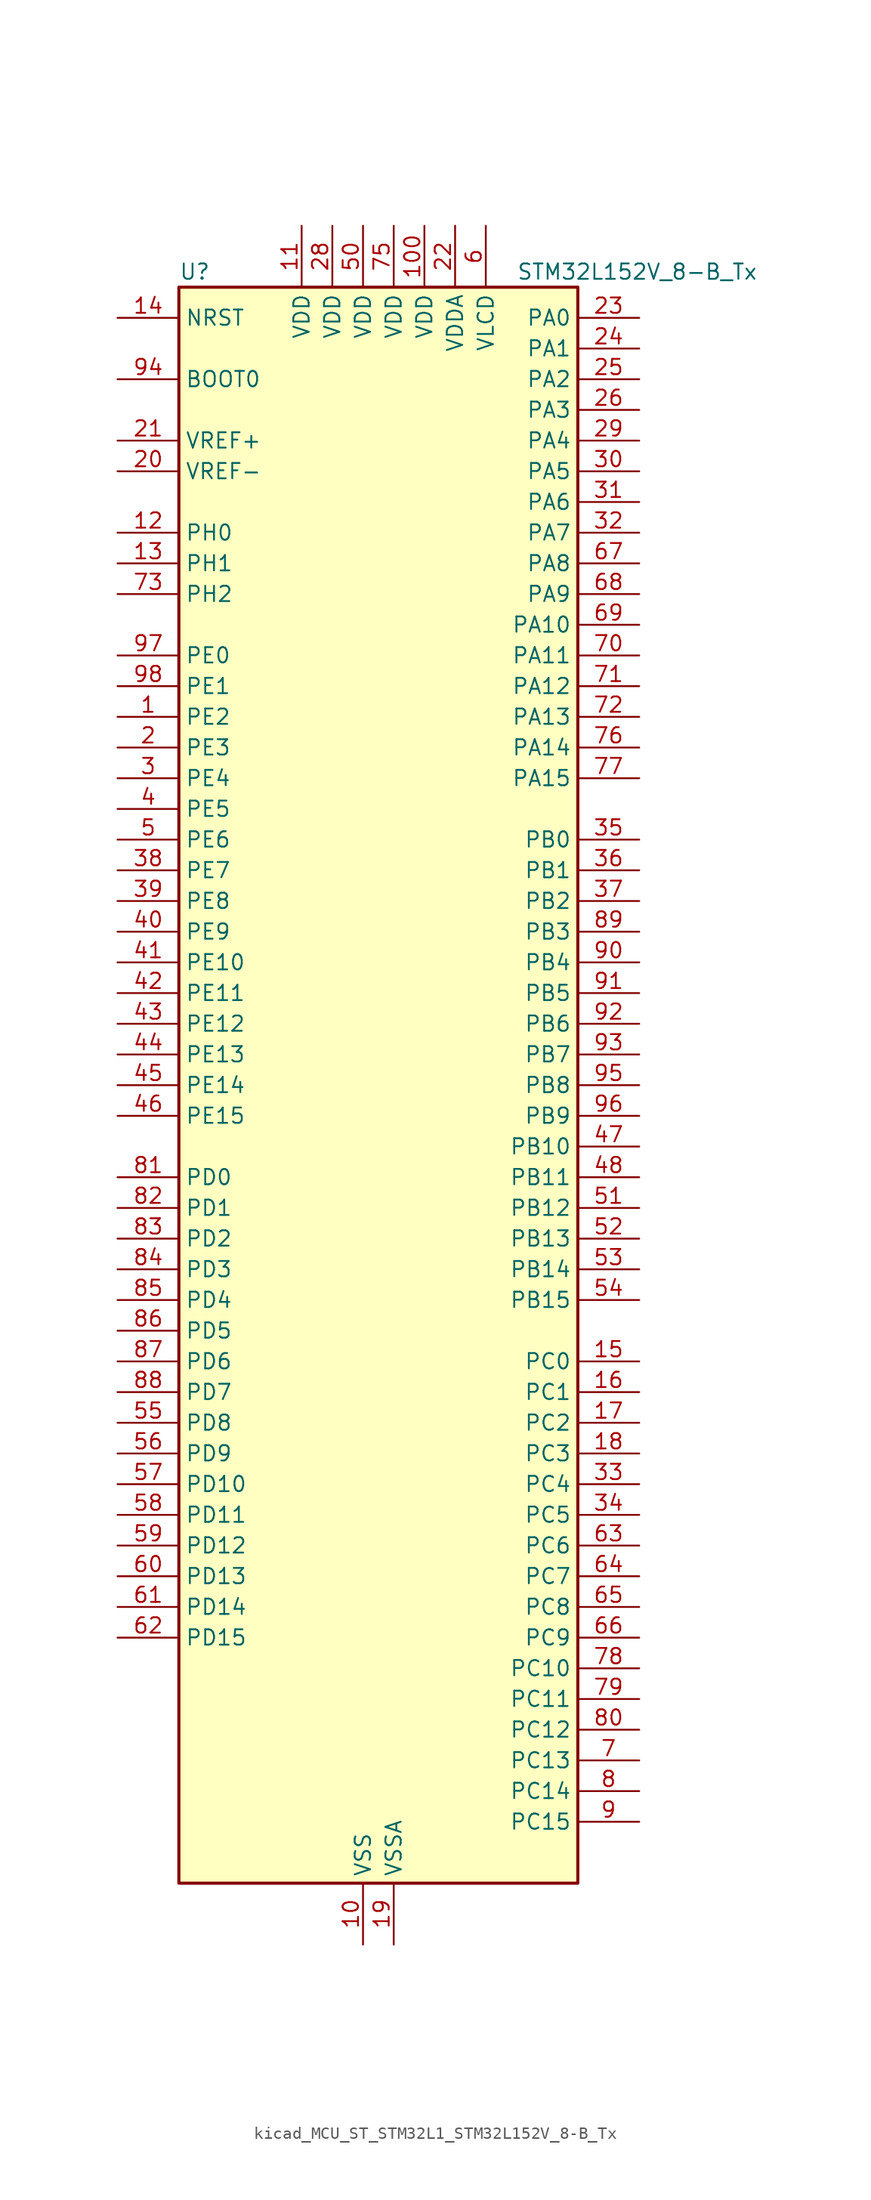
<source format=kicad_sym>
(kicad_symbol_lib
  (version 20220914)
  (generator kicad_symbol_editor)
  (symbol "kicad_MCU_ST_STM32L1_STM32L152V_8-B_Tx"
    (property "Reference" "U"
      (at -15.24 67.31 0)
      (effects (font (size 1.27 1.27)) (justify left)))
    (property "Value" "STM32L152V_8-B_Tx"
      (at 12.7 67.31 0)
      (effects (font (size 1.27 1.27)) (justify left)))
    (property "ki_locked" ""
      (at 0 0 0)
      (effects (font (size 1.27 1.27))))
    (symbol "kicad_MCU_ST_STM32L1_STM32L152V_8-B_Tx_0_1"
      (rectangle (start -15.24 -66.04) (end 17.78 66.04) (stroke (width 0.254) (type default)) (fill (type background))))
    (symbol "kicad_MCU_ST_STM32L1_STM32L152V_8-B_Tx_1_1"
      (pin bidirectional line (at -20.32 30.48 0) (length 5.08) (name "PE2" (effects (font (size 1.27 1.27)))) (number "1" (effects (font (size 1.27 1.27)))) (alternate "LCD_SEG38" bidirectional line) (alternate "SYS_TRACECK" bidirectional line) (alternate "TIM3_ETR" bidirectional line) (alternate "TIMX_IC3" bidirectional line))
      (pin power_in line (at 0 -71.12 90) (length 5.08) (name "VSS" (effects (font (size 1.27 1.27)))) (number "10" (effects (font (size 1.27 1.27)))))
      (pin power_in line (at 5.08 71.12 270) (length 5.08) (name "VDD" (effects (font (size 1.27 1.27)))) (number "100" (effects (font (size 1.27 1.27)))))
      (pin power_in line (at -5.08 71.12 270) (length 5.08) (name "VDD" (effects (font (size 1.27 1.27)))) (number "11" (effects (font (size 1.27 1.27)))))
      (pin bidirectional line (at -20.32 45.72 0) (length 5.08) (name "PH0" (effects (font (size 1.27 1.27)))) (number "12" (effects (font (size 1.27 1.27)))) (alternate "RCC_OSC_IN" bidirectional line))
      (pin bidirectional line (at -20.32 43.18 0) (length 5.08) (name "PH1" (effects (font (size 1.27 1.27)))) (number "13" (effects (font (size 1.27 1.27)))) (alternate "RCC_OSC_OUT" bidirectional line))
      (pin input line (at -20.32 63.5 0) (length 5.08) (name "NRST" (effects (font (size 1.27 1.27)))) (number "14" (effects (font (size 1.27 1.27)))))
      (pin bidirectional line (at 22.86 -22.86 180) (length 5.08) (name "PC0" (effects (font (size 1.27 1.27)))) (number "15" (effects (font (size 1.27 1.27)))) (alternate "ADC_IN10" bidirectional line) (alternate "COMP1_INP" bidirectional line) (alternate "LCD_SEG18" bidirectional line) (alternate "TIMX_IC1" bidirectional line) (alternate "TS_G8_IO1" bidirectional line))
      (pin bidirectional line (at 22.86 -25.4 180) (length 5.08) (name "PC1" (effects (font (size 1.27 1.27)))) (number "16" (effects (font (size 1.27 1.27)))) (alternate "ADC_IN11" bidirectional line) (alternate "COMP1_INP" bidirectional line) (alternate "LCD_SEG19" bidirectional line) (alternate "TIMX_IC2" bidirectional line) (alternate "TS_G8_IO2" bidirectional line))
      (pin bidirectional line (at 22.86 -27.94 180) (length 5.08) (name "PC2" (effects (font (size 1.27 1.27)))) (number "17" (effects (font (size 1.27 1.27)))) (alternate "ADC_IN12" bidirectional line) (alternate "COMP1_INP" bidirectional line) (alternate "LCD_SEG20" bidirectional line) (alternate "TIMX_IC3" bidirectional line) (alternate "TS_G8_IO3" bidirectional line))
      (pin bidirectional line (at 22.86 -30.48 180) (length 5.08) (name "PC3" (effects (font (size 1.27 1.27)))) (number "18" (effects (font (size 1.27 1.27)))) (alternate "ADC_IN13" bidirectional line) (alternate "COMP1_INP" bidirectional line) (alternate "LCD_SEG21" bidirectional line) (alternate "TIMX_IC4" bidirectional line) (alternate "TS_G8_IO4" bidirectional line))
      (pin power_in line (at 2.54 -71.12 90) (length 5.08) (name "VSSA" (effects (font (size 1.27 1.27)))) (number "19" (effects (font (size 1.27 1.27)))))
      (pin bidirectional line (at -20.32 27.94 0) (length 5.08) (name "PE3" (effects (font (size 1.27 1.27)))) (number "2" (effects (font (size 1.27 1.27)))) (alternate "LCD_SEG39" bidirectional line) (alternate "SYS_TRACED0" bidirectional line) (alternate "TIM3_CH1" bidirectional line) (alternate "TIMX_IC4" bidirectional line))
      (pin input line (at -20.32 50.8 0) (length 5.08) (name "VREF-" (effects (font (size 1.27 1.27)))) (number "20" (effects (font (size 1.27 1.27)))))
      (pin input line (at -20.32 53.34 0) (length 5.08) (name "VREF+" (effects (font (size 1.27 1.27)))) (number "21" (effects (font (size 1.27 1.27)))))
      (pin power_in line (at 7.62 71.12 270) (length 5.08) (name "VDDA" (effects (font (size 1.27 1.27)))) (number "22" (effects (font (size 1.27 1.27)))))
      (pin bidirectional line (at 22.86 63.5 180) (length 5.08) (name "PA0" (effects (font (size 1.27 1.27)))) (number "23" (effects (font (size 1.27 1.27)))) (alternate "ADC_IN0" bidirectional line) (alternate "COMP1_INP" bidirectional line) (alternate "SYS_WKUP1" bidirectional line) (alternate "TIM2_CH1" bidirectional line) (alternate "TIM2_ETR" bidirectional line) (alternate "TIMX_IC1" bidirectional line) (alternate "TS_G1_IO1" bidirectional line) (alternate "USART2_CTS" bidirectional line))
      (pin bidirectional line (at 22.86 60.96 180) (length 5.08) (name "PA1" (effects (font (size 1.27 1.27)))) (number "24" (effects (font (size 1.27 1.27)))) (alternate "ADC_IN1" bidirectional line) (alternate "COMP1_INP" bidirectional line) (alternate "LCD_SEG0" bidirectional line) (alternate "TIM2_CH2" bidirectional line) (alternate "TIMX_IC2" bidirectional line) (alternate "TS_G1_IO2" bidirectional line) (alternate "USART2_RTS" bidirectional line))
      (pin bidirectional line (at 22.86 58.42 180) (length 5.08) (name "PA2" (effects (font (size 1.27 1.27)))) (number "25" (effects (font (size 1.27 1.27)))) (alternate "ADC_IN2" bidirectional line) (alternate "COMP1_INP" bidirectional line) (alternate "LCD_SEG1" bidirectional line) (alternate "TIM2_CH3" bidirectional line) (alternate "TIM9_CH1" bidirectional line) (alternate "TIMX_IC3" bidirectional line) (alternate "TS_G1_IO3" bidirectional line) (alternate "USART2_TX" bidirectional line))
      (pin bidirectional line (at 22.86 55.88 180) (length 5.08) (name "PA3" (effects (font (size 1.27 1.27)))) (number "26" (effects (font (size 1.27 1.27)))) (alternate "ADC_IN3" bidirectional line) (alternate "COMP1_INP" bidirectional line) (alternate "LCD_SEG2" bidirectional line) (alternate "TIM2_CH4" bidirectional line) (alternate "TIM9_CH2" bidirectional line) (alternate "TIMX_IC4" bidirectional line) (alternate "TS_G1_IO4" bidirectional line) (alternate "USART2_RX" bidirectional line))
      (pin passive line (at 0 -71.12 90) (length 5.08) hide (name "VSS" (effects (font (size 1.27 1.27)))) (number "27" (effects (font (size 1.27 1.27)))))
      (pin power_in line (at -2.54 71.12 270) (length 5.08) (name "VDD" (effects (font (size 1.27 1.27)))) (number "28" (effects (font (size 1.27 1.27)))))
      (pin bidirectional line (at 22.86 53.34 180) (length 5.08) (name "PA4" (effects (font (size 1.27 1.27)))) (number "29" (effects (font (size 1.27 1.27)))) (alternate "ADC_IN4" bidirectional line) (alternate "COMP1_INP" bidirectional line) (alternate "DAC_OUT1" bidirectional line) (alternate "SPI1_NSS" bidirectional line) (alternate "TIMX_IC1" bidirectional line) (alternate "USART2_CK" bidirectional line))
      (pin bidirectional line (at -20.32 25.4 0) (length 5.08) (name "PE4" (effects (font (size 1.27 1.27)))) (number "3" (effects (font (size 1.27 1.27)))) (alternate "SYS_TRACED1" bidirectional line) (alternate "TIM3_CH2" bidirectional line) (alternate "TIMX_IC1" bidirectional line))
      (pin bidirectional line (at 22.86 50.8 180) (length 5.08) (name "PA5" (effects (font (size 1.27 1.27)))) (number "30" (effects (font (size 1.27 1.27)))) (alternate "ADC_IN5" bidirectional line) (alternate "COMP1_INP" bidirectional line) (alternate "DAC_OUT2" bidirectional line) (alternate "SPI1_SCK" bidirectional line) (alternate "TIM2_CH1" bidirectional line) (alternate "TIM2_ETR" bidirectional line) (alternate "TIMX_IC2" bidirectional line))
      (pin bidirectional line (at 22.86 48.26 180) (length 5.08) (name "PA6" (effects (font (size 1.27 1.27)))) (number "31" (effects (font (size 1.27 1.27)))) (alternate "ADC_IN6" bidirectional line) (alternate "COMP1_INP" bidirectional line) (alternate "LCD_SEG3" bidirectional line) (alternate "SPI1_MISO" bidirectional line) (alternate "TIM10_CH1" bidirectional line) (alternate "TIM3_CH1" bidirectional line) (alternate "TIMX_IC3" bidirectional line) (alternate "TS_G2_IO1" bidirectional line))
      (pin bidirectional line (at 22.86 45.72 180) (length 5.08) (name "PA7" (effects (font (size 1.27 1.27)))) (number "32" (effects (font (size 1.27 1.27)))) (alternate "ADC_IN7" bidirectional line) (alternate "COMP1_INP" bidirectional line) (alternate "LCD_SEG4" bidirectional line) (alternate "SPI1_MOSI" bidirectional line) (alternate "TIM11_CH1" bidirectional line) (alternate "TIM3_CH2" bidirectional line) (alternate "TIMX_IC4" bidirectional line) (alternate "TS_G2_IO2" bidirectional line))
      (pin bidirectional line (at 22.86 -33.02 180) (length 5.08) (name "PC4" (effects (font (size 1.27 1.27)))) (number "33" (effects (font (size 1.27 1.27)))) (alternate "ADC_IN14" bidirectional line) (alternate "COMP1_INP" bidirectional line) (alternate "LCD_SEG22" bidirectional line) (alternate "TIMX_IC1" bidirectional line) (alternate "TS_G9_IO1" bidirectional line))
      (pin bidirectional line (at 22.86 -35.56 180) (length 5.08) (name "PC5" (effects (font (size 1.27 1.27)))) (number "34" (effects (font (size 1.27 1.27)))) (alternate "ADC_IN15" bidirectional line) (alternate "COMP1_INP" bidirectional line) (alternate "LCD_SEG23" bidirectional line) (alternate "TIMX_IC2" bidirectional line) (alternate "TS_G9_IO2" bidirectional line))
      (pin bidirectional line (at 22.86 20.32 180) (length 5.08) (name "PB0" (effects (font (size 1.27 1.27)))) (number "35" (effects (font (size 1.27 1.27)))) (alternate "ADC_IN8" bidirectional line) (alternate "COMP1_INP" bidirectional line) (alternate "LCD_SEG5" bidirectional line) (alternate "SYS_V_REF_OUT" bidirectional line) (alternate "TIM3_CH3" bidirectional line) (alternate "TS_G3_IO1" bidirectional line))
      (pin bidirectional line (at 22.86 17.78 180) (length 5.08) (name "PB1" (effects (font (size 1.27 1.27)))) (number "36" (effects (font (size 1.27 1.27)))) (alternate "ADC_IN9" bidirectional line) (alternate "COMP1_INP" bidirectional line) (alternate "LCD_SEG6" bidirectional line) (alternate "SYS_V_REF_OUT" bidirectional line) (alternate "TIM3_CH4" bidirectional line) (alternate "TS_G3_IO2" bidirectional line))
      (pin bidirectional line (at 22.86 15.24 180) (length 5.08) (name "PB2" (effects (font (size 1.27 1.27)))) (number "37" (effects (font (size 1.27 1.27)))))
      (pin bidirectional line (at -20.32 17.78 0) (length 5.08) (name "PE7" (effects (font (size 1.27 1.27)))) (number "38" (effects (font (size 1.27 1.27)))) (alternate "ADC_IN22" bidirectional line) (alternate "COMP1_INP" bidirectional line) (alternate "TIMX_IC4" bidirectional line))
      (pin bidirectional line (at -20.32 15.24 0) (length 5.08) (name "PE8" (effects (font (size 1.27 1.27)))) (number "39" (effects (font (size 1.27 1.27)))) (alternate "ADC_IN23" bidirectional line) (alternate "COMP1_INP" bidirectional line) (alternate "TIMX_IC1" bidirectional line))
      (pin bidirectional line (at -20.32 22.86 0) (length 5.08) (name "PE5" (effects (font (size 1.27 1.27)))) (number "4" (effects (font (size 1.27 1.27)))) (alternate "SYS_TRACED2" bidirectional line) (alternate "TIM9_CH1" bidirectional line) (alternate "TIMX_IC2" bidirectional line))
      (pin bidirectional line (at -20.32 12.7 0) (length 5.08) (name "PE9" (effects (font (size 1.27 1.27)))) (number "40" (effects (font (size 1.27 1.27)))) (alternate "ADC_IN24" bidirectional line) (alternate "COMP1_INP" bidirectional line) (alternate "DAC_EXTI9" bidirectional line) (alternate "TIM2_CH1" bidirectional line) (alternate "TIM2_ETR" bidirectional line) (alternate "TIMX_IC2" bidirectional line))
      (pin bidirectional line (at -20.32 10.16 0) (length 5.08) (name "PE10" (effects (font (size 1.27 1.27)))) (number "41" (effects (font (size 1.27 1.27)))) (alternate "ADC_IN25" bidirectional line) (alternate "COMP1_INP" bidirectional line) (alternate "TIM2_CH2" bidirectional line) (alternate "TIMX_IC3" bidirectional line))
      (pin bidirectional line (at -20.32 7.62 0) (length 5.08) (name "PE11" (effects (font (size 1.27 1.27)))) (number "42" (effects (font (size 1.27 1.27)))) (alternate "ADC_EXTI11" bidirectional line) (alternate "TIM2_CH3" bidirectional line) (alternate "TIMX_IC4" bidirectional line))
      (pin bidirectional line (at -20.32 5.08 0) (length 5.08) (name "PE12" (effects (font (size 1.27 1.27)))) (number "43" (effects (font (size 1.27 1.27)))) (alternate "SPI1_NSS" bidirectional line) (alternate "TIM2_CH4" bidirectional line) (alternate "TIMX_IC1" bidirectional line))
      (pin bidirectional line (at -20.32 2.54 0) (length 5.08) (name "PE13" (effects (font (size 1.27 1.27)))) (number "44" (effects (font (size 1.27 1.27)))) (alternate "SPI1_SCK" bidirectional line) (alternate "TIMX_IC2" bidirectional line))
      (pin bidirectional line (at -20.32 0 0) (length 5.08) (name "PE14" (effects (font (size 1.27 1.27)))) (number "45" (effects (font (size 1.27 1.27)))) (alternate "SPI1_MISO" bidirectional line) (alternate "TIMX_IC3" bidirectional line))
      (pin bidirectional line (at -20.32 -2.54 0) (length 5.08) (name "PE15" (effects (font (size 1.27 1.27)))) (number "46" (effects (font (size 1.27 1.27)))) (alternate "ADC_EXTI15" bidirectional line) (alternate "SPI1_MOSI" bidirectional line) (alternate "TIMX_IC4" bidirectional line))
      (pin bidirectional line (at 22.86 -5.08 180) (length 5.08) (name "PB10" (effects (font (size 1.27 1.27)))) (number "47" (effects (font (size 1.27 1.27)))) (alternate "I2C2_SCL" bidirectional line) (alternate "LCD_SEG10" bidirectional line) (alternate "TIM2_CH3" bidirectional line) (alternate "USART3_TX" bidirectional line))
      (pin bidirectional line (at 22.86 -7.62 180) (length 5.08) (name "PB11" (effects (font (size 1.27 1.27)))) (number "48" (effects (font (size 1.27 1.27)))) (alternate "ADC_EXTI11" bidirectional line) (alternate "I2C2_SDA" bidirectional line) (alternate "LCD_SEG11" bidirectional line) (alternate "TIM2_CH4" bidirectional line) (alternate "USART3_RX" bidirectional line))
      (pin passive line (at 0 -71.12 90) (length 5.08) hide (name "VSS" (effects (font (size 1.27 1.27)))) (number "49" (effects (font (size 1.27 1.27)))))
      (pin bidirectional line (at -20.32 20.32 0) (length 5.08) (name "PE6" (effects (font (size 1.27 1.27)))) (number "5" (effects (font (size 1.27 1.27)))) (alternate "SYS_TRACED3" bidirectional line) (alternate "SYS_WKUP3" bidirectional line) (alternate "TIM9_CH2" bidirectional line) (alternate "TIMX_IC3" bidirectional line))
      (pin power_in line (at 0 71.12 270) (length 5.08) (name "VDD" (effects (font (size 1.27 1.27)))) (number "50" (effects (font (size 1.27 1.27)))))
      (pin bidirectional line (at 22.86 -10.16 180) (length 5.08) (name "PB12" (effects (font (size 1.27 1.27)))) (number "51" (effects (font (size 1.27 1.27)))) (alternate "ADC_IN18" bidirectional line) (alternate "COMP1_INP" bidirectional line) (alternate "I2C2_SMBA" bidirectional line) (alternate "LCD_SEG12" bidirectional line) (alternate "SPI2_NSS" bidirectional line) (alternate "TIM10_CH1" bidirectional line) (alternate "TS_G7_IO1" bidirectional line) (alternate "USART3_CK" bidirectional line))
      (pin bidirectional line (at 22.86 -12.7 180) (length 5.08) (name "PB13" (effects (font (size 1.27 1.27)))) (number "52" (effects (font (size 1.27 1.27)))) (alternate "ADC_IN19" bidirectional line) (alternate "COMP1_INP" bidirectional line) (alternate "LCD_SEG13" bidirectional line) (alternate "SPI2_SCK" bidirectional line) (alternate "TIM9_CH1" bidirectional line) (alternate "TS_G7_IO2" bidirectional line) (alternate "USART3_CTS" bidirectional line))
      (pin bidirectional line (at 22.86 -15.24 180) (length 5.08) (name "PB14" (effects (font (size 1.27 1.27)))) (number "53" (effects (font (size 1.27 1.27)))) (alternate "ADC_IN20" bidirectional line) (alternate "COMP1_INP" bidirectional line) (alternate "LCD_SEG14" bidirectional line) (alternate "SPI2_MISO" bidirectional line) (alternate "TIM9_CH2" bidirectional line) (alternate "TS_G7_IO3" bidirectional line) (alternate "USART3_RTS" bidirectional line))
      (pin bidirectional line (at 22.86 -17.78 180) (length 5.08) (name "PB15" (effects (font (size 1.27 1.27)))) (number "54" (effects (font (size 1.27 1.27)))) (alternate "ADC_EXTI15" bidirectional line) (alternate "ADC_IN21" bidirectional line) (alternate "COMP1_INP" bidirectional line) (alternate "LCD_SEG15" bidirectional line) (alternate "RTC_REFIN" bidirectional line) (alternate "SPI2_MOSI" bidirectional line) (alternate "TIM11_CH1" bidirectional line) (alternate "TS_G7_IO4" bidirectional line))
      (pin bidirectional line (at -20.32 -27.94 0) (length 5.08) (name "PD8" (effects (font (size 1.27 1.27)))) (number "55" (effects (font (size 1.27 1.27)))) (alternate "LCD_SEG28" bidirectional line) (alternate "TIMX_IC1" bidirectional line) (alternate "USART3_TX" bidirectional line))
      (pin bidirectional line (at -20.32 -30.48 0) (length 5.08) (name "PD9" (effects (font (size 1.27 1.27)))) (number "56" (effects (font (size 1.27 1.27)))) (alternate "DAC_EXTI9" bidirectional line) (alternate "LCD_SEG29" bidirectional line) (alternate "TIMX_IC2" bidirectional line) (alternate "USART3_RX" bidirectional line))
      (pin bidirectional line (at -20.32 -33.02 0) (length 5.08) (name "PD10" (effects (font (size 1.27 1.27)))) (number "57" (effects (font (size 1.27 1.27)))) (alternate "LCD_SEG30" bidirectional line) (alternate "TIMX_IC3" bidirectional line) (alternate "USART3_CK" bidirectional line))
      (pin bidirectional line (at -20.32 -35.56 0) (length 5.08) (name "PD11" (effects (font (size 1.27 1.27)))) (number "58" (effects (font (size 1.27 1.27)))) (alternate "ADC_EXTI11" bidirectional line) (alternate "LCD_SEG31" bidirectional line) (alternate "TIMX_IC4" bidirectional line) (alternate "USART3_CTS" bidirectional line))
      (pin bidirectional line (at -20.32 -38.1 0) (length 5.08) (name "PD12" (effects (font (size 1.27 1.27)))) (number "59" (effects (font (size 1.27 1.27)))) (alternate "LCD_SEG32" bidirectional line) (alternate "TIM4_CH1" bidirectional line) (alternate "TIMX_IC1" bidirectional line) (alternate "USART3_RTS" bidirectional line))
      (pin power_in line (at 10.16 71.12 270) (length 5.08) (name "VLCD" (effects (font (size 1.27 1.27)))) (number "6" (effects (font (size 1.27 1.27)))))
      (pin bidirectional line (at -20.32 -40.64 0) (length 5.08) (name "PD13" (effects (font (size 1.27 1.27)))) (number "60" (effects (font (size 1.27 1.27)))) (alternate "LCD_SEG33" bidirectional line) (alternate "TIM4_CH2" bidirectional line) (alternate "TIMX_IC2" bidirectional line))
      (pin bidirectional line (at -20.32 -43.18 0) (length 5.08) (name "PD14" (effects (font (size 1.27 1.27)))) (number "61" (effects (font (size 1.27 1.27)))) (alternate "LCD_SEG34" bidirectional line) (alternate "TIM4_CH3" bidirectional line) (alternate "TIMX_IC3" bidirectional line))
      (pin bidirectional line (at -20.32 -45.72 0) (length 5.08) (name "PD15" (effects (font (size 1.27 1.27)))) (number "62" (effects (font (size 1.27 1.27)))) (alternate "ADC_EXTI15" bidirectional line) (alternate "LCD_SEG35" bidirectional line) (alternate "TIM4_CH4" bidirectional line) (alternate "TIMX_IC4" bidirectional line))
      (pin bidirectional line (at 22.86 -38.1 180) (length 5.08) (name "PC6" (effects (font (size 1.27 1.27)))) (number "63" (effects (font (size 1.27 1.27)))) (alternate "LCD_SEG24" bidirectional line) (alternate "TIM3_CH1" bidirectional line) (alternate "TIMX_IC3" bidirectional line) (alternate "TS_G10_IO1" bidirectional line))
      (pin bidirectional line (at 22.86 -40.64 180) (length 5.08) (name "PC7" (effects (font (size 1.27 1.27)))) (number "64" (effects (font (size 1.27 1.27)))) (alternate "LCD_SEG25" bidirectional line) (alternate "TIM3_CH2" bidirectional line) (alternate "TIMX_IC4" bidirectional line) (alternate "TS_G10_IO2" bidirectional line))
      (pin bidirectional line (at 22.86 -43.18 180) (length 5.08) (name "PC8" (effects (font (size 1.27 1.27)))) (number "65" (effects (font (size 1.27 1.27)))) (alternate "LCD_SEG26" bidirectional line) (alternate "TIM3_CH3" bidirectional line) (alternate "TIMX_IC1" bidirectional line) (alternate "TS_G10_IO3" bidirectional line))
      (pin bidirectional line (at 22.86 -45.72 180) (length 5.08) (name "PC9" (effects (font (size 1.27 1.27)))) (number "66" (effects (font (size 1.27 1.27)))) (alternate "DAC_EXTI9" bidirectional line) (alternate "LCD_SEG27" bidirectional line) (alternate "TIM3_CH4" bidirectional line) (alternate "TIMX_IC2" bidirectional line) (alternate "TS_G10_IO4" bidirectional line))
      (pin bidirectional line (at 22.86 43.18 180) (length 5.08) (name "PA8" (effects (font (size 1.27 1.27)))) (number "67" (effects (font (size 1.27 1.27)))) (alternate "LCD_COM0" bidirectional line) (alternate "RCC_MCO" bidirectional line) (alternate "TIMX_IC1" bidirectional line) (alternate "TS_G4_IO1" bidirectional line) (alternate "USART1_CK" bidirectional line))
      (pin bidirectional line (at 22.86 40.64 180) (length 5.08) (name "PA9" (effects (font (size 1.27 1.27)))) (number "68" (effects (font (size 1.27 1.27)))) (alternate "DAC_EXTI9" bidirectional line) (alternate "LCD_COM1" bidirectional line) (alternate "TIMX_IC2" bidirectional line) (alternate "TS_G4_IO2" bidirectional line) (alternate "USART1_TX" bidirectional line))
      (pin bidirectional line (at 22.86 38.1 180) (length 5.08) (name "PA10" (effects (font (size 1.27 1.27)))) (number "69" (effects (font (size 1.27 1.27)))) (alternate "LCD_COM2" bidirectional line) (alternate "TIMX_IC3" bidirectional line) (alternate "TS_G4_IO3" bidirectional line) (alternate "USART1_RX" bidirectional line))
      (pin bidirectional line (at 22.86 -55.88 180) (length 5.08) (name "PC13" (effects (font (size 1.27 1.27)))) (number "7" (effects (font (size 1.27 1.27)))) (alternate "RTC_OUT_ALARM" bidirectional line) (alternate "RTC_OUT_CALIB" bidirectional line) (alternate "RTC_TAMP1" bidirectional line) (alternate "RTC_TS" bidirectional line) (alternate "SYS_WKUP2" bidirectional line) (alternate "TIMX_IC2" bidirectional line))
      (pin bidirectional line (at 22.86 35.56 180) (length 5.08) (name "PA11" (effects (font (size 1.27 1.27)))) (number "70" (effects (font (size 1.27 1.27)))) (alternate "ADC_EXTI11" bidirectional line) (alternate "SPI1_MISO" bidirectional line) (alternate "TIMX_IC4" bidirectional line) (alternate "USART1_CTS" bidirectional line) (alternate "USB_DM" bidirectional line))
      (pin bidirectional line (at 22.86 33.02 180) (length 5.08) (name "PA12" (effects (font (size 1.27 1.27)))) (number "71" (effects (font (size 1.27 1.27)))) (alternate "SPI1_MOSI" bidirectional line) (alternate "TIMX_IC1" bidirectional line) (alternate "USART1_RTS" bidirectional line) (alternate "USB_DP" bidirectional line))
      (pin bidirectional line (at 22.86 30.48 180) (length 5.08) (name "PA13" (effects (font (size 1.27 1.27)))) (number "72" (effects (font (size 1.27 1.27)))) (alternate "SYS_JTMS-SWDIO" bidirectional line) (alternate "TIMX_IC2" bidirectional line) (alternate "TS_G5_IO1" bidirectional line))
      (pin bidirectional line (at -20.32 40.64 0) (length 5.08) (name "PH2" (effects (font (size 1.27 1.27)))) (number "73" (effects (font (size 1.27 1.27)))))
      (pin passive line (at 0 -71.12 90) (length 5.08) hide (name "VSS" (effects (font (size 1.27 1.27)))) (number "74" (effects (font (size 1.27 1.27)))))
      (pin power_in line (at 2.54 71.12 270) (length 5.08) (name "VDD" (effects (font (size 1.27 1.27)))) (number "75" (effects (font (size 1.27 1.27)))))
      (pin bidirectional line (at 22.86 27.94 180) (length 5.08) (name "PA14" (effects (font (size 1.27 1.27)))) (number "76" (effects (font (size 1.27 1.27)))) (alternate "SYS_JTCK-SWCLK" bidirectional line) (alternate "TIMX_IC3" bidirectional line) (alternate "TS_G5_IO2" bidirectional line))
      (pin bidirectional line (at 22.86 25.4 180) (length 5.08) (name "PA15" (effects (font (size 1.27 1.27)))) (number "77" (effects (font (size 1.27 1.27)))) (alternate "ADC_EXTI15" bidirectional line) (alternate "LCD_SEG17" bidirectional line) (alternate "SPI1_NSS" bidirectional line) (alternate "SYS_JTDI" bidirectional line) (alternate "TIM2_CH1" bidirectional line) (alternate "TIM2_ETR" bidirectional line) (alternate "TIMX_IC4" bidirectional line) (alternate "TS_G5_IO3" bidirectional line))
      (pin bidirectional line (at 22.86 -48.26 180) (length 5.08) (name "PC10" (effects (font (size 1.27 1.27)))) (number "78" (effects (font (size 1.27 1.27)))) (alternate "LCD_COM4" bidirectional line) (alternate "LCD_SEG28" bidirectional line) (alternate "LCD_SEG40" bidirectional line) (alternate "TIMX_IC3" bidirectional line) (alternate "USART3_TX" bidirectional line))
      (pin bidirectional line (at 22.86 -50.8 180) (length 5.08) (name "PC11" (effects (font (size 1.27 1.27)))) (number "79" (effects (font (size 1.27 1.27)))) (alternate "ADC_EXTI11" bidirectional line) (alternate "LCD_COM5" bidirectional line) (alternate "LCD_SEG29" bidirectional line) (alternate "LCD_SEG41" bidirectional line) (alternate "TIMX_IC4" bidirectional line) (alternate "USART3_RX" bidirectional line))
      (pin bidirectional line (at 22.86 -58.42 180) (length 5.08) (name "PC14" (effects (font (size 1.27 1.27)))) (number "8" (effects (font (size 1.27 1.27)))) (alternate "RCC_OSC32_IN" bidirectional line) (alternate "TIMX_IC3" bidirectional line))
      (pin bidirectional line (at 22.86 -53.34 180) (length 5.08) (name "PC12" (effects (font (size 1.27 1.27)))) (number "80" (effects (font (size 1.27 1.27)))) (alternate "LCD_COM6" bidirectional line) (alternate "LCD_SEG30" bidirectional line) (alternate "LCD_SEG42" bidirectional line) (alternate "TIMX_IC1" bidirectional line) (alternate "USART3_CK" bidirectional line))
      (pin bidirectional line (at -20.32 -7.62 0) (length 5.08) (name "PD0" (effects (font (size 1.27 1.27)))) (number "81" (effects (font (size 1.27 1.27)))) (alternate "SPI2_NSS" bidirectional line) (alternate "TIM9_CH1" bidirectional line) (alternate "TIMX_IC1" bidirectional line))
      (pin bidirectional line (at -20.32 -10.16 0) (length 5.08) (name "PD1" (effects (font (size 1.27 1.27)))) (number "82" (effects (font (size 1.27 1.27)))) (alternate "SPI2_SCK" bidirectional line) (alternate "TIMX_IC2" bidirectional line))
      (pin bidirectional line (at -20.32 -12.7 0) (length 5.08) (name "PD2" (effects (font (size 1.27 1.27)))) (number "83" (effects (font (size 1.27 1.27)))) (alternate "LCD_COM7" bidirectional line) (alternate "LCD_SEG31" bidirectional line) (alternate "LCD_SEG43" bidirectional line) (alternate "TIM3_ETR" bidirectional line) (alternate "TIMX_IC3" bidirectional line))
      (pin bidirectional line (at -20.32 -15.24 0) (length 5.08) (name "PD3" (effects (font (size 1.27 1.27)))) (number "84" (effects (font (size 1.27 1.27)))) (alternate "SPI2_MISO" bidirectional line) (alternate "TIMX_IC4" bidirectional line) (alternate "USART2_CTS" bidirectional line))
      (pin bidirectional line (at -20.32 -17.78 0) (length 5.08) (name "PD4" (effects (font (size 1.27 1.27)))) (number "85" (effects (font (size 1.27 1.27)))) (alternate "SPI2_MOSI" bidirectional line) (alternate "TIMX_IC1" bidirectional line) (alternate "USART2_RTS" bidirectional line))
      (pin bidirectional line (at -20.32 -20.32 0) (length 5.08) (name "PD5" (effects (font (size 1.27 1.27)))) (number "86" (effects (font (size 1.27 1.27)))) (alternate "TIMX_IC2" bidirectional line) (alternate "USART2_TX" bidirectional line))
      (pin bidirectional line (at -20.32 -22.86 0) (length 5.08) (name "PD6" (effects (font (size 1.27 1.27)))) (number "87" (effects (font (size 1.27 1.27)))) (alternate "TIMX_IC3" bidirectional line) (alternate "USART2_RX" bidirectional line))
      (pin bidirectional line (at -20.32 -25.4 0) (length 5.08) (name "PD7" (effects (font (size 1.27 1.27)))) (number "88" (effects (font (size 1.27 1.27)))) (alternate "TIM9_CH2" bidirectional line) (alternate "TIMX_IC4" bidirectional line) (alternate "USART2_CK" bidirectional line))
      (pin bidirectional line (at 22.86 12.7 180) (length 5.08) (name "PB3" (effects (font (size 1.27 1.27)))) (number "89" (effects (font (size 1.27 1.27)))) (alternate "COMP2_INM" bidirectional line) (alternate "LCD_SEG7" bidirectional line) (alternate "SPI1_SCK" bidirectional line) (alternate "SYS_JTDO-TRACESWO" bidirectional line) (alternate "TIM2_CH2" bidirectional line))
      (pin bidirectional line (at 22.86 -60.96 180) (length 5.08) (name "PC15" (effects (font (size 1.27 1.27)))) (number "9" (effects (font (size 1.27 1.27)))) (alternate "ADC_EXTI15" bidirectional line) (alternate "RCC_OSC32_OUT" bidirectional line) (alternate "TIMX_IC4" bidirectional line))
      (pin bidirectional line (at 22.86 10.16 180) (length 5.08) (name "PB4" (effects (font (size 1.27 1.27)))) (number "90" (effects (font (size 1.27 1.27)))) (alternate "COMP2_INP" bidirectional line) (alternate "LCD_SEG8" bidirectional line) (alternate "SPI1_MISO" bidirectional line) (alternate "SYS_JTRST" bidirectional line) (alternate "TIM3_CH1" bidirectional line) (alternate "TS_G6_IO1" bidirectional line))
      (pin bidirectional line (at 22.86 7.62 180) (length 5.08) (name "PB5" (effects (font (size 1.27 1.27)))) (number "91" (effects (font (size 1.27 1.27)))) (alternate "COMP2_INP" bidirectional line) (alternate "I2C1_SMBA" bidirectional line) (alternate "LCD_SEG9" bidirectional line) (alternate "SPI1_MOSI" bidirectional line) (alternate "TIM3_CH2" bidirectional line) (alternate "TS_G6_IO2" bidirectional line))
      (pin bidirectional line (at 22.86 5.08 180) (length 5.08) (name "PB6" (effects (font (size 1.27 1.27)))) (number "92" (effects (font (size 1.27 1.27)))) (alternate "I2C1_SCL" bidirectional line) (alternate "TIM4_CH1" bidirectional line) (alternate "USART1_TX" bidirectional line))
      (pin bidirectional line (at 22.86 2.54 180) (length 5.08) (name "PB7" (effects (font (size 1.27 1.27)))) (number "93" (effects (font (size 1.27 1.27)))) (alternate "I2C1_SDA" bidirectional line) (alternate "SYS_PVD_IN" bidirectional line) (alternate "TIM4_CH2" bidirectional line) (alternate "USART1_RX" bidirectional line))
      (pin input line (at -20.32 58.42 0) (length 5.08) (name "BOOT0" (effects (font (size 1.27 1.27)))) (number "94" (effects (font (size 1.27 1.27)))))
      (pin bidirectional line (at 22.86 0 180) (length 5.08) (name "PB8" (effects (font (size 1.27 1.27)))) (number "95" (effects (font (size 1.27 1.27)))) (alternate "I2C1_SCL" bidirectional line) (alternate "LCD_SEG16" bidirectional line) (alternate "TIM10_CH1" bidirectional line) (alternate "TIM4_CH3" bidirectional line))
      (pin bidirectional line (at 22.86 -2.54 180) (length 5.08) (name "PB9" (effects (font (size 1.27 1.27)))) (number "96" (effects (font (size 1.27 1.27)))) (alternate "DAC_EXTI9" bidirectional line) (alternate "I2C1_SDA" bidirectional line) (alternate "LCD_COM3" bidirectional line) (alternate "TIM11_CH1" bidirectional line) (alternate "TIM4_CH4" bidirectional line))
      (pin bidirectional line (at -20.32 35.56 0) (length 5.08) (name "PE0" (effects (font (size 1.27 1.27)))) (number "97" (effects (font (size 1.27 1.27)))) (alternate "LCD_SEG36" bidirectional line) (alternate "TIM10_CH1" bidirectional line) (alternate "TIM4_ETR" bidirectional line) (alternate "TIMX_IC1" bidirectional line))
      (pin bidirectional line (at -20.32 33.02 0) (length 5.08) (name "PE1" (effects (font (size 1.27 1.27)))) (number "98" (effects (font (size 1.27 1.27)))) (alternate "LCD_SEG37" bidirectional line) (alternate "TIM11_CH1" bidirectional line) (alternate "TIMX_IC2" bidirectional line))
      (pin passive line (at 0 -71.12 90) (length 5.08) hide (name "VSS" (effects (font (size 1.27 1.27)))) (number "99" (effects (font (size 1.27 1.27))))))))
</source>
